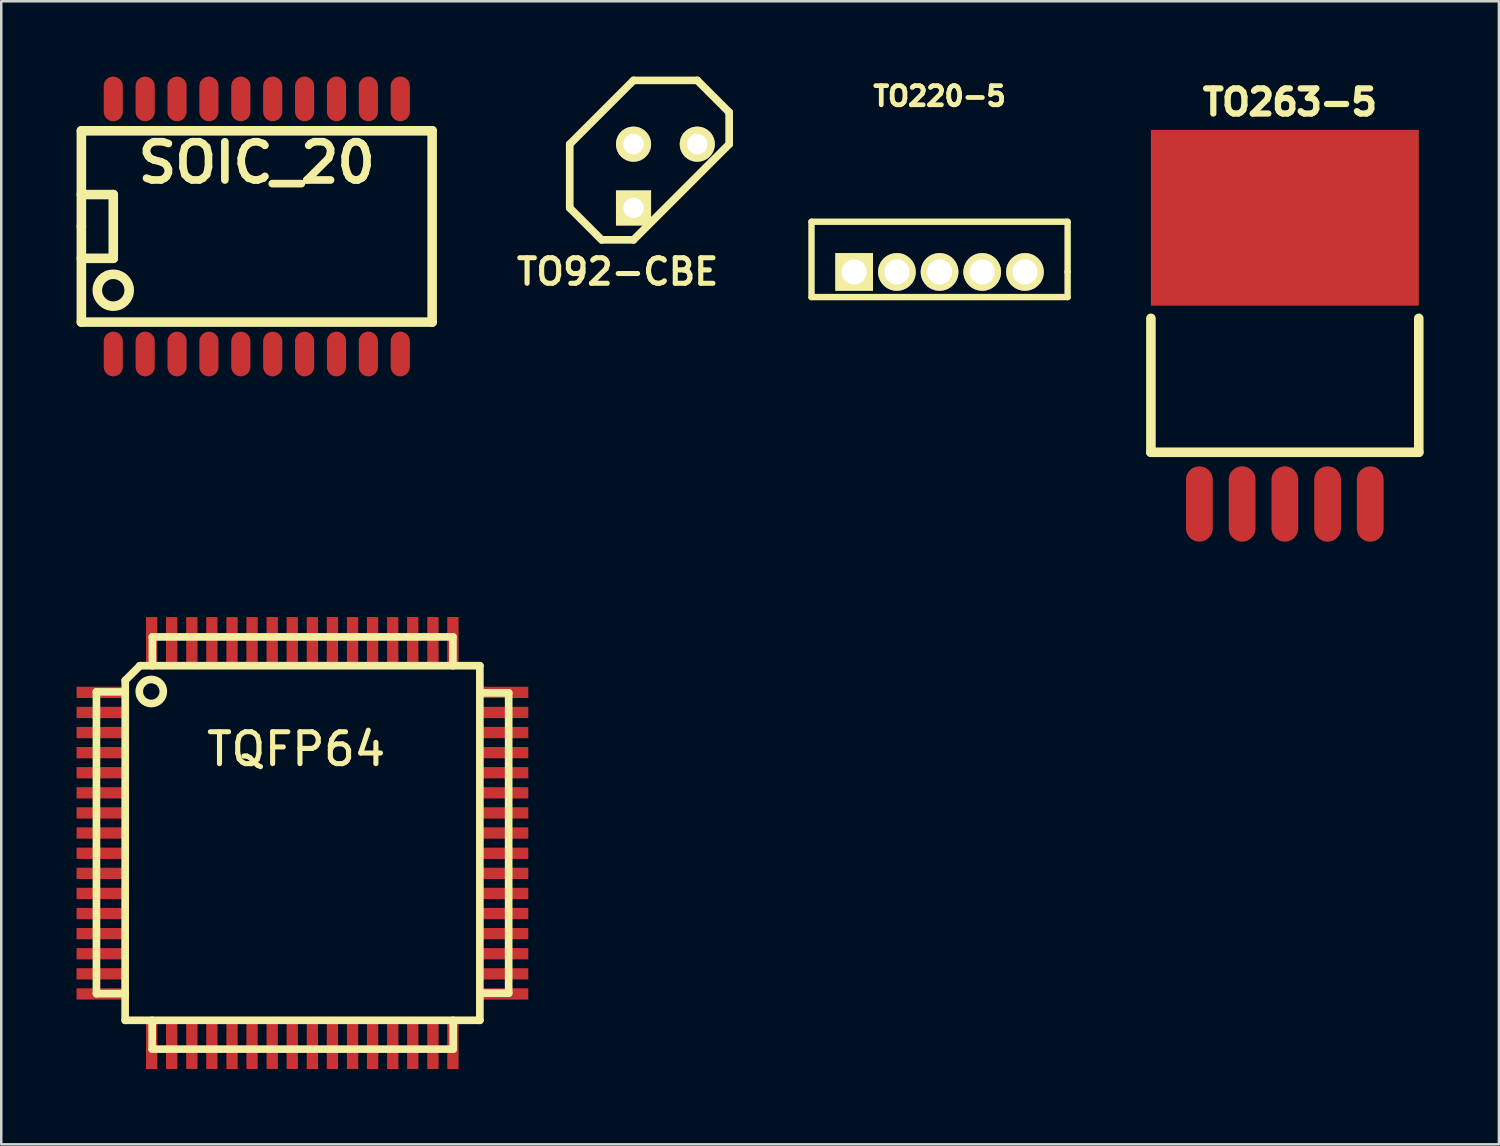
<source format=kicad_pcb>
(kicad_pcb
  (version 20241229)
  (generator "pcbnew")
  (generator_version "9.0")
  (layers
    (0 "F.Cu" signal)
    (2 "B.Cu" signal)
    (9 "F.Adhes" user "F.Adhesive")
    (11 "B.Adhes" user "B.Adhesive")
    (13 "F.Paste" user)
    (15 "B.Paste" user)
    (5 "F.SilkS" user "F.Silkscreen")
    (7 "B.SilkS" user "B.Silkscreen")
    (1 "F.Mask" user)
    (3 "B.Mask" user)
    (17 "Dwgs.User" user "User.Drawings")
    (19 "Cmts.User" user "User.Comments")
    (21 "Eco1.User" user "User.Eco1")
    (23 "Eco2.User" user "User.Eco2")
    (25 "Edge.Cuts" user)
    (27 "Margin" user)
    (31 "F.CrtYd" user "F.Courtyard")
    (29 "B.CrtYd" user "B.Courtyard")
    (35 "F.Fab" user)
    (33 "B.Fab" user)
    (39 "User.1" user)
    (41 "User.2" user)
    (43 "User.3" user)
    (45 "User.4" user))
  (footprint "TO92-CBE"
    (layer "F.Cu")
    (at 23.451 3.962)
    (property "Reference" "TO92-CBE" (at -1.905 3.81 0) (layer "F.SilkS") (effects (font (size 1.016 1.016) (thickness 0.203))))
    (attr through_hole)
    (fp_line (start -3.81 -1.27) (end -3.81 1.27) (stroke (width 0.305) (type solid)) (layer "F.SilkS"))
    (fp_line (start -3.81 1.27) (end -2.54 2.54) (stroke (width 0.305) (type solid)) (layer "F.SilkS"))
    (fp_line (start -2.54 2.54) (end -1.27 2.54) (stroke (width 0.305) (type solid)) (layer "F.SilkS"))
    (fp_line (start -1.27 -3.81) (end -3.81 -1.27) (stroke (width 0.305) (type solid)) (layer "F.SilkS"))
    (fp_line (start -1.27 2.54) (end 2.54 -1.27) (stroke (width 0.305) (type solid)) (layer "F.SilkS"))
    (fp_line (start 1.27 -3.81) (end -1.27 -3.81) (stroke (width 0.305) (type solid)) (layer "F.SilkS"))
    (fp_line (start 2.54 -2.54) (end 1.27 -3.81) (stroke (width 0.305) (type solid)) (layer "F.SilkS"))
    (fp_line (start 2.54 -1.27) (end 2.54 -2.54) (stroke (width 0.305) (type solid)) (layer "F.SilkS"))
    (pad "1" thru_hole rect (at -1.27 1.27) (size 1.397 1.397) (drill 0.813) (layers "*.Cu" "*.Mask" "F.SilkS"))
    (pad "2" thru_hole circle (at -1.27 -1.27) (size 1.397 1.397) (drill 0.813) (layers "*.Cu" "*.Mask" "F.SilkS"))
    (pad "3" thru_hole circle (at 1.27 -1.27) (size 1.397 1.397) (drill 0.813) (layers "*.Cu" "*.Mask" "F.SilkS")))
  (footprint "SOIC_20"
    (layer "F.Cu")
    (at 7.176 5.969)
    (property "Reference" "SOIC_20" (at 0 -2.54 0) (layer "F.SilkS") (effects (font (size 1.524 1.524) (thickness 0.305))))
    (attr through_hole)
    (fp_line (start -6.985 -3.81) (end 6.985 -3.81) (stroke (width 0.381) (type solid)) (layer "F.SilkS"))
    (fp_line (start -6.985 0) (end -6.985 -3.81) (stroke (width 0.381) (type solid)) (layer "F.SilkS"))
    (fp_line (start -6.985 1.27) (end -5.715 1.27) (stroke (width 0.381) (type solid)) (layer "F.SilkS"))
    (fp_line (start -6.985 3.81) (end -6.985 0) (stroke (width 0.381) (type solid)) (layer "F.SilkS"))
    (fp_line (start -5.715 -1.27) (end -6.985 -1.27) (stroke (width 0.381) (type solid)) (layer "F.SilkS"))
    (fp_line (start -5.715 1.27) (end -5.715 -1.27) (stroke (width 0.381) (type solid)) (layer "F.SilkS"))
    (fp_line (start 6.985 -3.81) (end 6.985 3.81) (stroke (width 0.381) (type solid)) (layer "F.SilkS"))
    (fp_line (start 6.985 3.81) (end -6.985 3.81) (stroke (width 0.381) (type solid)) (layer "F.SilkS"))
    (fp_circle (center -5.715 2.54) (end -5.715 3.175) (stroke (width 0.381) (type solid)) (fill no) (layer "F.SilkS"))
    (pad "1" smd oval (at -5.715 5.08) (size 0.762 1.778) (layers "F.Cu" "F.Mask" "F.Paste"))
    (pad "2" smd oval (at -4.445 5.08) (size 0.762 1.778) (layers "F.Cu" "F.Mask" "F.Paste"))
    (pad "3" smd oval (at -3.175 5.08) (size 0.762 1.778) (layers "F.Cu" "F.Mask" "F.Paste"))
    (pad "4" smd oval (at -1.905 5.08) (size 0.762 1.778) (layers "F.Cu" "F.Mask" "F.Paste"))
    (pad "5" smd oval (at -0.635 5.08) (size 0.762 1.778) (layers "F.Cu" "F.Mask" "F.Paste"))
    (pad "6" smd oval (at 0.635 5.08) (size 0.762 1.778) (layers "F.Cu" "F.Mask" "F.Paste"))
    (pad "7" smd oval (at 1.905 5.08) (size 0.762 1.778) (layers "F.Cu" "F.Mask" "F.Paste"))
    (pad "8" smd oval (at 3.175 5.08) (size 0.762 1.778) (layers "F.Cu" "F.Mask" "F.Paste"))
    (pad "9" smd oval (at 4.445 5.08) (size 0.762 1.778) (layers "F.Cu" "F.Mask" "F.Paste"))
    (pad "10" smd oval (at 5.715 5.08) (size 0.762 1.778) (layers "F.Cu" "F.Mask" "F.Paste"))
    (pad "11" smd oval (at 5.715 -5.08) (size 0.762 1.778) (layers "F.Cu" "F.Mask" "F.Paste"))
    (pad "12" smd oval (at 4.445 -5.08) (size 0.762 1.778) (layers "F.Cu" "F.Mask" "F.Paste"))
    (pad "13" smd oval (at 3.175 -5.08) (size 0.762 1.778) (layers "F.Cu" "F.Mask" "F.Paste"))
    (pad "14" smd oval (at 1.905 -5.08) (size 0.762 1.778) (layers "F.Cu" "F.Mask" "F.Paste"))
    (pad "15" smd oval (at 0.635 -5.08) (size 0.762 1.778) (layers "F.Cu" "F.Mask" "F.Paste"))
    (pad "16" smd oval (at -0.635 -5.08) (size 0.762 1.778) (layers "F.Cu" "F.Mask" "F.Paste"))
    (pad "17" smd oval (at -1.905 -5.08) (size 0.762 1.778) (layers "F.Cu" "F.Mask" "F.Paste"))
    (pad "18" smd oval (at -3.175 -5.08) (size 0.762 1.778) (layers "F.Cu" "F.Mask" "F.Paste"))
    (pad "19" smd oval (at -4.445 -5.08) (size 0.762 1.778) (layers "F.Cu" "F.Mask" "F.Paste"))
    (pad "20" smd oval (at -5.715 -5.08) (size 0.762 1.778) (layers "F.Cu" "F.Mask" "F.Paste")))
  (footprint "TQFP64"
    (layer "F.Cu")
    (at 8.99 30.525)
    (property "Reference" "TQFP64" (at -0.244 -3.739 0) (layer "F.SilkS") (effects (font (size 1.27 1.27) (thickness 0.203))))
    (attr through_hole)
    (fp_line (start -8.199 -6.02) (end -7.051 -6.02) (stroke (width 0.305) (type solid)) (layer "F.SilkS"))
    (fp_line (start -8.199 5.999) (end -8.199 -6.02) (stroke (width 0.305) (type solid)) (layer "F.SilkS"))
    (fp_line (start -7.051 -6.477) (end -7.056 7.061) (stroke (width 0.305) (type solid)) (layer "F.SilkS"))
    (fp_line (start -7.051 -6.477) (end -6.467 -7.061) (stroke (width 0.305) (type solid)) (layer "F.SilkS"))
    (fp_line (start -7.051 5.999) (end -8.199 5.999) (stroke (width 0.305) (type solid)) (layer "F.SilkS"))
    (fp_line (start -7.051 7.061) (end 7.071 7.061) (stroke (width 0.305) (type solid)) (layer "F.SilkS"))
    (fp_line (start -5.979 8.209) (end -5.979 7.061) (stroke (width 0.305) (type solid)) (layer "F.SilkS"))
    (fp_line (start -5.969 -8.209) (end 5.999 -8.209) (stroke (width 0.305) (type solid)) (layer "F.SilkS"))
    (fp_line (start -5.969 -7.061) (end -5.969 -8.209) (stroke (width 0.305) (type solid)) (layer "F.SilkS"))
    (fp_line (start 5.999 -8.209) (end 5.999 -7.061) (stroke (width 0.305) (type solid)) (layer "F.SilkS"))
    (fp_line (start 6.01 7.061) (end 6.01 8.209) (stroke (width 0.305) (type solid)) (layer "F.SilkS"))
    (fp_line (start 6.01 8.209) (end -5.979 8.209) (stroke (width 0.305) (type solid)) (layer "F.SilkS"))
    (fp_line (start 7.071 -7.061) (end -6.477 -7.061) (stroke (width 0.305) (type solid)) (layer "F.SilkS"))
    (fp_line (start 7.071 -7.061) (end 7.071 7.061) (stroke (width 0.305) (type solid)) (layer "F.SilkS"))
    (fp_line (start 7.071 -5.979) (end 8.219 -5.979) (stroke (width 0.305) (type solid)) (layer "F.SilkS"))
    (fp_line (start 8.219 -5.979) (end 8.219 5.979) (stroke (width 0.305) (type solid)) (layer "F.SilkS"))
    (fp_line (start 8.219 5.979) (end 7.071 5.979) (stroke (width 0.305) (type solid)) (layer "F.SilkS"))
    (fp_circle (center -6.015 -6.035) (end -5.608 -5.781) (stroke (width 0.305) (type solid)) (fill no) (layer "F.SilkS"))
    (pad "1" smd rect (at -7.991 -5.999) (size 1.999 0.45) (layers "F.Cu" "F.Mask" "F.Paste"))
    (pad "2" smd rect (at -7.991 -5.199) (size 1.999 0.45) (layers "F.Cu" "F.Mask" "F.Paste"))
    (pad "3" smd rect (at -7.991 -4.399) (size 1.999 0.45) (layers "F.Cu" "F.Mask" "F.Paste"))
    (pad "4" smd rect (at -7.991 -3.599) (size 1.999 0.45) (layers "F.Cu" "F.Mask" "F.Paste"))
    (pad "5" smd rect (at -7.991 -2.799) (size 1.999 0.45) (layers "F.Cu" "F.Mask" "F.Paste"))
    (pad "6" smd rect (at -7.991 -1.999) (size 1.999 0.45) (layers "F.Cu" "F.Mask" "F.Paste"))
    (pad "7" smd rect (at -7.991 -1.199) (size 1.999 0.45) (layers "F.Cu" "F.Mask" "F.Paste"))
    (pad "8" smd rect (at -7.991 -0.399) (size 1.999 0.45) (layers "F.Cu" "F.Mask" "F.Paste"))
    (pad "9" smd rect (at -7.991 0.409) (size 1.999 0.45) (layers "F.Cu" "F.Mask" "F.Paste"))
    (pad "10" smd rect (at -7.991 1.209) (size 1.999 0.45) (layers "F.Cu" "F.Mask" "F.Paste"))
    (pad "11" smd rect (at -7.991 2.009) (size 1.999 0.45) (layers "F.Cu" "F.Mask" "F.Paste"))
    (pad "12" smd rect (at -7.991 2.809) (size 1.999 0.45) (layers "F.Cu" "F.Mask" "F.Paste"))
    (pad "13" smd rect (at -7.991 3.609) (size 1.999 0.45) (layers "F.Cu" "F.Mask" "F.Paste"))
    (pad "14" smd rect (at -7.991 4.409) (size 1.999 0.45) (layers "F.Cu" "F.Mask" "F.Paste"))
    (pad "15" smd rect (at -7.991 5.21) (size 1.999 0.45) (layers "F.Cu" "F.Mask" "F.Paste"))
    (pad "16" smd rect (at -7.991 6.01) (size 1.999 0.45) (layers "F.Cu" "F.Mask" "F.Paste"))
    (pad "17" smd rect (at -5.999 8.001) (size 0.45 1.999) (layers "F.Cu" "F.Mask" "F.Paste"))
    (pad "18" smd rect (at -5.202 8.001) (size 0.45 1.999) (layers "F.Cu" "F.Mask" "F.Paste"))
    (pad "19" smd rect (at -4.399 8.001) (size 0.45 1.999) (layers "F.Cu" "F.Mask" "F.Paste"))
    (pad "20" smd rect (at -3.602 8.001) (size 0.45 1.999) (layers "F.Cu" "F.Mask" "F.Paste"))
    (pad "21" smd rect (at -2.799 8.001) (size 0.45 1.999) (layers "F.Cu" "F.Mask" "F.Paste"))
    (pad "22" smd rect (at -2.002 8.001) (size 0.45 1.999) (layers "F.Cu" "F.Mask" "F.Paste"))
    (pad "23" smd rect (at -1.199 8.001) (size 0.45 1.999) (layers "F.Cu" "F.Mask" "F.Paste"))
    (pad "24" smd rect (at -0.401 8.001) (size 0.45 1.999) (layers "F.Cu" "F.Mask" "F.Paste"))
    (pad "25" smd rect (at 0.401 8.001) (size 0.45 1.999) (layers "F.Cu" "F.Mask" "F.Paste"))
    (pad "26" smd rect (at 1.199 8.001) (size 0.45 1.999) (layers "F.Cu" "F.Mask" "F.Paste"))
    (pad "27" smd rect (at 2.002 8.001) (size 0.45 1.999) (layers "F.Cu" "F.Mask" "F.Paste"))
    (pad "28" smd rect (at 2.799 8.001) (size 0.45 1.999) (layers "F.Cu" "F.Mask" "F.Paste"))
    (pad "29" smd rect (at 3.602 8.001) (size 0.45 1.999) (layers "F.Cu" "F.Mask" "F.Paste"))
    (pad "30" smd rect (at 4.399 8.001) (size 0.45 1.999) (layers "F.Cu" "F.Mask" "F.Paste"))
    (pad "31" smd rect (at 5.202 8.001) (size 0.45 1.999) (layers "F.Cu" "F.Mask" "F.Paste"))
    (pad "32" smd rect (at 5.999 8.001) (size 0.45 1.999) (layers "F.Cu" "F.Mask" "F.Paste"))
    (pad "33" smd rect (at 8.001 6.01) (size 1.999 0.45) (layers "F.Cu" "F.Mask" "F.Paste"))
    (pad "34" smd rect (at 8.001 5.21) (size 1.999 0.45) (layers "F.Cu" "F.Mask" "F.Paste"))
    (pad "35" smd rect (at 8.001 4.409) (size 1.999 0.45) (layers "F.Cu" "F.Mask" "F.Paste"))
    (pad "36" smd rect (at 8.001 3.609) (size 1.999 0.45) (layers "F.Cu" "F.Mask" "F.Paste"))
    (pad "37" smd rect (at 8.001 2.809) (size 1.999 0.45) (layers "F.Cu" "F.Mask" "F.Paste"))
    (pad "38" smd rect (at 8.001 2.009) (size 1.999 0.45) (layers "F.Cu" "F.Mask" "F.Paste"))
    (pad "39" smd rect (at 8.001 1.209) (size 1.999 0.45) (layers "F.Cu" "F.Mask" "F.Paste"))
    (pad "40" smd rect (at 8.001 0.409) (size 1.999 0.45) (layers "F.Cu" "F.Mask" "F.Paste"))
    (pad "41" smd rect (at 8.001 -0.399) (size 1.999 0.45) (layers "F.Cu" "F.Mask" "F.Paste"))
    (pad "42" smd rect (at 8.001 -1.199) (size 1.999 0.45) (layers "F.Cu" "F.Mask" "F.Paste"))
    (pad "43" smd rect (at 8.001 -1.999) (size 1.999 0.45) (layers "F.Cu" "F.Mask" "F.Paste"))
    (pad "44" smd rect (at 8.001 -2.799) (size 1.999 0.45) (layers "F.Cu" "F.Mask" "F.Paste"))
    (pad "45" smd rect (at 8.001 -3.599) (size 1.999 0.45) (layers "F.Cu" "F.Mask" "F.Paste"))
    (pad "46" smd rect (at 8.001 -4.399) (size 1.999 0.45) (layers "F.Cu" "F.Mask" "F.Paste"))
    (pad "47" smd rect (at 8.001 -5.199) (size 1.999 0.45) (layers "F.Cu" "F.Mask" "F.Paste"))
    (pad "48" smd rect (at 8.001 -5.999) (size 1.999 0.45) (layers "F.Cu" "F.Mask" "F.Paste"))
    (pad "49" smd rect (at 5.999 -8.001) (size 0.45 1.999) (layers "F.Cu" "F.Mask" "F.Paste"))
    (pad "50" smd rect (at 5.202 -8.001) (size 0.45 1.999) (layers "F.Cu" "F.Mask" "F.Paste"))
    (pad "51" smd rect (at 4.399 -8.001) (size 0.45 1.999) (layers "F.Cu" "F.Mask" "F.Paste"))
    (pad "52" smd rect (at 3.602 -8.001) (size 0.45 1.999) (layers "F.Cu" "F.Mask" "F.Paste"))
    (pad "53" smd rect (at 2.799 -8.001) (size 0.45 1.999) (layers "F.Cu" "F.Mask" "F.Paste"))
    (pad "54" smd rect (at 2.002 -8.001) (size 0.45 1.999) (layers "F.Cu" "F.Mask" "F.Paste"))
    (pad "55" smd rect (at 1.199 -8.001) (size 0.45 1.999) (layers "F.Cu" "F.Mask" "F.Paste"))
    (pad "56" smd rect (at 0.401 -8.001) (size 0.45 1.999) (layers "F.Cu" "F.Mask" "F.Paste"))
    (pad "57" smd rect (at -0.401 -8.001) (size 0.45 1.999) (layers "F.Cu" "F.Mask" "F.Paste"))
    (pad "58" smd rect (at -1.199 -8.001) (size 0.45 1.999) (layers "F.Cu" "F.Mask" "F.Paste"))
    (pad "59" smd rect (at -2.002 -8.001) (size 0.45 1.999) (layers "F.Cu" "F.Mask" "F.Paste"))
    (pad "60" smd rect (at -2.799 -8.001) (size 0.45 1.999) (layers "F.Cu" "F.Mask" "F.Paste"))
    (pad "61" smd rect (at -3.602 -8.001) (size 0.45 1.999) (layers "F.Cu" "F.Mask" "F.Paste"))
    (pad "62" smd rect (at -4.399 -8.001) (size 0.45 1.999) (layers "F.Cu" "F.Mask" "F.Paste"))
    (pad "63" smd rect (at -5.202 -8.001) (size 0.45 1.999) (layers "F.Cu" "F.Mask" "F.Paste"))
    (pad "64" smd rect (at -5.999 -8.001) (size 0.45 1.999) (layers "F.Cu" "F.Mask" "F.Paste")))
  (footprint "TO263-5"
    (layer "F.Cu")
    (at 48.122 12.422)
    (property "Reference" "TO263-5" (at 0.201 -11.4 0) (layer "F.SilkS") (effects (font (size 1.001 1.001) (thickness 0.249))))
    (attr through_hole)
    (fp_line (start -5.334 2.54) (end -5.334 -2.794) (stroke (width 0.381) (type solid)) (layer "F.SilkS"))
    (fp_line (start 5.334 -2.794) (end 5.334 2.54) (stroke (width 0.381) (type solid)) (layer "F.SilkS"))
    (fp_line (start 5.334 2.54) (end -5.334 2.54) (stroke (width 0.381) (type solid)) (layer "F.SilkS"))
    (pad "1" smd oval (at -3.404 4.6) (size 1.067 3) (layers "F.Cu" "F.Mask" "F.Paste"))
    (pad "2" smd oval (at -1.702 4.6) (size 1.067 3) (layers "F.Cu" "F.Mask" "F.Paste"))
    (pad "3" smd rect (at 0 -6.8) (size 10.668 7) (layers "F.Cu" "F.Mask" "F.Paste"))
    (pad "3" smd oval (at 0 4.6) (size 1.067 3) (layers "F.Cu" "F.Mask" "F.Paste"))
    (pad "4" smd oval (at 1.702 4.6) (size 1.067 3) (layers "F.Cu" "F.Mask" "F.Paste"))
    (pad "5" smd oval (at 3.401 4.602) (size 1.067 3) (layers "F.Cu" "F.Mask" "F.Paste")))
  (footprint "TO220-5"
    (layer "F.Cu")
    (at 34.37 7.78)
    (property "Reference" "TO220-5" (at 0 -7 0) (layer "F.SilkS") (effects (font (size 0.762 0.762) (thickness 0.191))))
    (attr through_hole)
    (fp_line (start -5.1 -1.999) (end 5.1 -1.999) (stroke (width 0.254) (type solid)) (layer "F.SilkS"))
    (fp_line (start -5.1 1.001) (end -5.1 -1.999) (stroke (width 0.254) (type solid)) (layer "F.SilkS"))
    (fp_line (start 5.1 -1.999) (end 5.1 0) (stroke (width 0.254) (type solid)) (layer "F.SilkS"))
    (fp_line (start 5.1 0) (end 5.1 1.001) (stroke (width 0.254) (type solid)) (layer "F.SilkS"))
    (fp_line (start 5.1 1.001) (end -5.1 1.001) (stroke (width 0.254) (type solid)) (layer "F.SilkS"))
    (pad "1" thru_hole rect (at -3.401 0) (size 1.501 1.501) (drill 1.001) (layers "*.Cu" "*.Mask" "F.SilkS"))
    (pad "2" thru_hole circle (at -1.699 0) (size 1.501 1.501) (drill 1.001) (layers "*.Cu" "*.Mask" "F.SilkS"))
    (pad "3" thru_hole circle (at 0 0) (size 1.501 1.501) (drill 1.001) (layers "*.Cu" "*.Mask" "F.SilkS"))
    (pad "4" thru_hole circle (at 1.699 0) (size 1.501 1.501) (drill 1.001) (layers "*.Cu" "*.Mask" "F.SilkS"))
    (pad "5" thru_hole circle (at 3.401 0) (size 1.501 1.501) (drill 1.001) (layers "*.Cu" "*.Mask" "F.SilkS")))
  (gr_rect
    (start -3 -3)
    (end 56.647 42.525)
    (stroke (width 0.1) (type default))
    (fill no)
    (layer "Edge.Cuts")))
</source>
